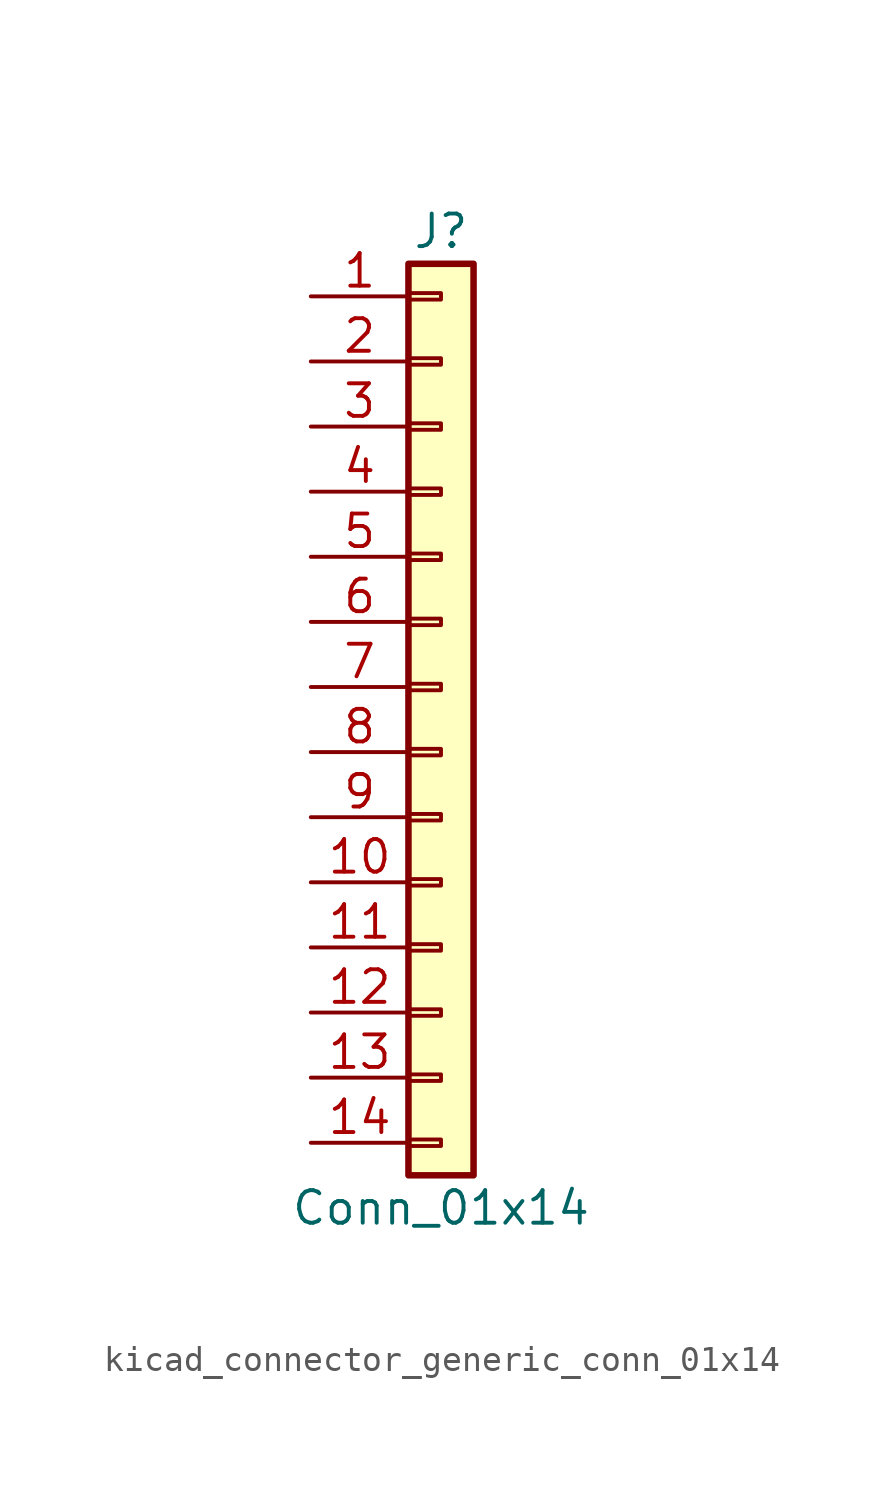
<source format=kicad_sym>
(kicad_symbol_lib
  (version 20220914)
  (generator kicad_symbol_editor)
  (symbol "kicad_connector_generic_conn_01x14"
    (pin_names
      (offset 1.016) hide)
    (property "Reference" "J"
      (at 0 17.78 0)
      (effects (font (size 1.27 1.27))))
    (property "Value" "Conn_01x14"
      (at 0 -20.32 0)
      (effects (font (size 1.27 1.27))))
    (symbol "kicad_connector_generic_conn_01x14_1_1"
      (rectangle (start -1.27 -17.653) (end 0 -17.907) (stroke (width 0.152) (type default)) (fill (type none)))
      (rectangle (start -1.27 -15.113) (end 0 -15.367) (stroke (width 0.152) (type default)) (fill (type none)))
      (rectangle (start -1.27 -12.573) (end 0 -12.827) (stroke (width 0.152) (type default)) (fill (type none)))
      (rectangle (start -1.27 -10.033) (end 0 -10.287) (stroke (width 0.152) (type default)) (fill (type none)))
      (rectangle (start -1.27 -7.493) (end 0 -7.747) (stroke (width 0.152) (type default)) (fill (type none)))
      (rectangle (start -1.27 -4.953) (end 0 -5.207) (stroke (width 0.152) (type default)) (fill (type none)))
      (rectangle (start -1.27 -2.413) (end 0 -2.667) (stroke (width 0.152) (type default)) (fill (type none)))
      (rectangle (start -1.27 0.127) (end 0 -0.127) (stroke (width 0.152) (type default)) (fill (type none)))
      (rectangle (start -1.27 2.667) (end 0 2.413) (stroke (width 0.152) (type default)) (fill (type none)))
      (rectangle (start -1.27 5.207) (end 0 4.953) (stroke (width 0.152) (type default)) (fill (type none)))
      (rectangle (start -1.27 7.747) (end 0 7.493) (stroke (width 0.152) (type default)) (fill (type none)))
      (rectangle (start -1.27 10.287) (end 0 10.033) (stroke (width 0.152) (type default)) (fill (type none)))
      (rectangle (start -1.27 12.827) (end 0 12.573) (stroke (width 0.152) (type default)) (fill (type none)))
      (rectangle (start -1.27 15.367) (end 0 15.113) (stroke (width 0.152) (type default)) (fill (type none)))
      (rectangle (start -1.27 16.51) (end 1.27 -19.05) (stroke (width 0.254) (type default)) (fill (type background)))
      (pin passive line (at -5.08 15.24 0) (length 3.81) (name "Pin_1" (effects (font (size 1.27 1.27)))) (number "1" (effects (font (size 1.27 1.27)))))
      (pin passive line (at -5.08 -7.62 0) (length 3.81) (name "Pin_10" (effects (font (size 1.27 1.27)))) (number "10" (effects (font (size 1.27 1.27)))))
      (pin passive line (at -5.08 -10.16 0) (length 3.81) (name "Pin_11" (effects (font (size 1.27 1.27)))) (number "11" (effects (font (size 1.27 1.27)))))
      (pin passive line (at -5.08 -12.7 0) (length 3.81) (name "Pin_12" (effects (font (size 1.27 1.27)))) (number "12" (effects (font (size 1.27 1.27)))))
      (pin passive line (at -5.08 -15.24 0) (length 3.81) (name "Pin_13" (effects (font (size 1.27 1.27)))) (number "13" (effects (font (size 1.27 1.27)))))
      (pin passive line (at -5.08 -17.78 0) (length 3.81) (name "Pin_14" (effects (font (size 1.27 1.27)))) (number "14" (effects (font (size 1.27 1.27)))))
      (pin passive line (at -5.08 12.7 0) (length 3.81) (name "Pin_2" (effects (font (size 1.27 1.27)))) (number "2" (effects (font (size 1.27 1.27)))))
      (pin passive line (at -5.08 10.16 0) (length 3.81) (name "Pin_3" (effects (font (size 1.27 1.27)))) (number "3" (effects (font (size 1.27 1.27)))))
      (pin passive line (at -5.08 7.62 0) (length 3.81) (name "Pin_4" (effects (font (size 1.27 1.27)))) (number "4" (effects (font (size 1.27 1.27)))))
      (pin passive line (at -5.08 5.08 0) (length 3.81) (name "Pin_5" (effects (font (size 1.27 1.27)))) (number "5" (effects (font (size 1.27 1.27)))))
      (pin passive line (at -5.08 2.54 0) (length 3.81) (name "Pin_6" (effects (font (size 1.27 1.27)))) (number "6" (effects (font (size 1.27 1.27)))))
      (pin passive line (at -5.08 0 0) (length 3.81) (name "Pin_7" (effects (font (size 1.27 1.27)))) (number "7" (effects (font (size 1.27 1.27)))))
      (pin passive line (at -5.08 -2.54 0) (length 3.81) (name "Pin_8" (effects (font (size 1.27 1.27)))) (number "8" (effects (font (size 1.27 1.27)))))
      (pin passive line (at -5.08 -5.08 0) (length 3.81) (name "Pin_9" (effects (font (size 1.27 1.27)))) (number "9" (effects (font (size 1.27 1.27))))))))
</source>
